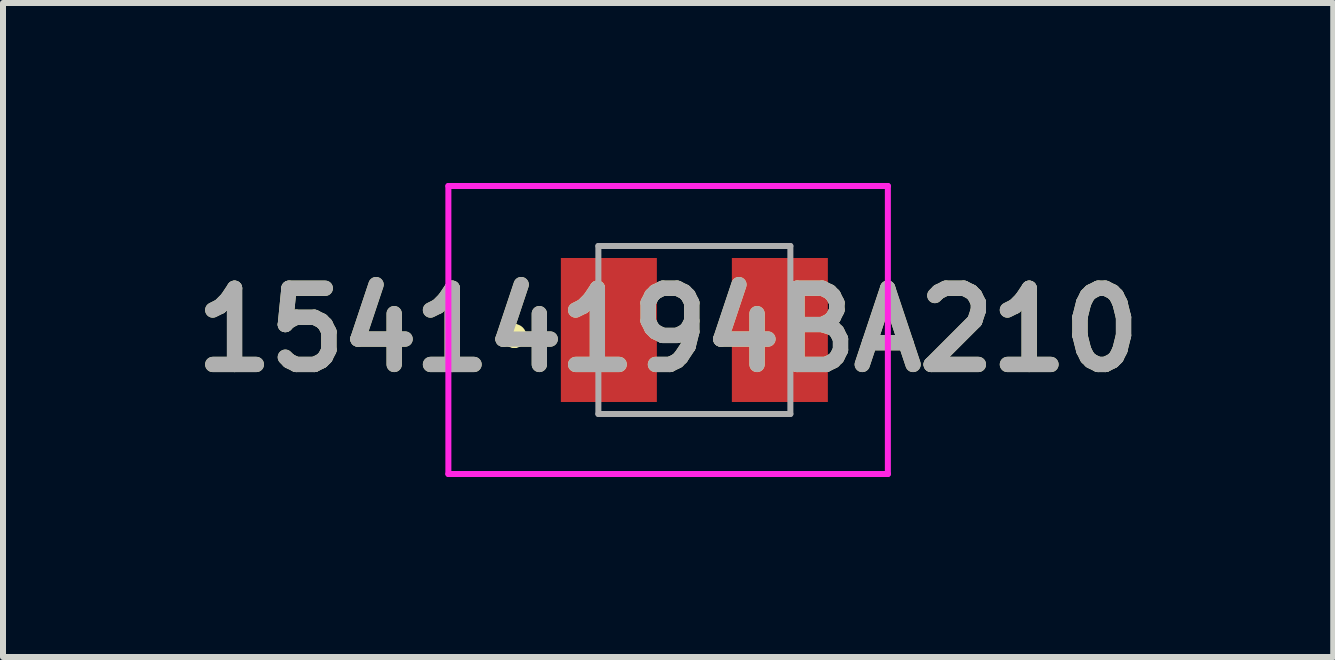
<source format=kicad_pcb>
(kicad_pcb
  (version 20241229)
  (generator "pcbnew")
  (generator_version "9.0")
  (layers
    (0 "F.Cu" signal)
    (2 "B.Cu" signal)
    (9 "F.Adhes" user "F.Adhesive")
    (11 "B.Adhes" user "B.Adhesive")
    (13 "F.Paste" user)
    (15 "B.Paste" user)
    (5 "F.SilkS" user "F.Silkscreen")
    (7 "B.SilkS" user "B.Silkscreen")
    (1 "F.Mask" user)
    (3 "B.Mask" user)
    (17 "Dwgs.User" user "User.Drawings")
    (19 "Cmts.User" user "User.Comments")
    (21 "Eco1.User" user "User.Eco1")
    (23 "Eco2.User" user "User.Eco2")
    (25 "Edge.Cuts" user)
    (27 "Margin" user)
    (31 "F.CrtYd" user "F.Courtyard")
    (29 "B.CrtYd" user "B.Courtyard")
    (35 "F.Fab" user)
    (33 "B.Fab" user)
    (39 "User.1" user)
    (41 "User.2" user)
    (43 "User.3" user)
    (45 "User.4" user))
  (footprint "15414194BA210"
    (layer "F.Cu")
    (at 8.523 2.45)
    (property "Reference" "15414194BA210" (at -0.437 0 0) (layer "F.SilkS") (effects (font (size 1.27 1.27) (thickness 0.254))))
    (attr smd)
    (fp_line (start -3 0) (end -3 0) (stroke (width 0.2) (type solid)) (layer "F.SilkS"))
    (fp_line (start -3 0.2) (end -3 0.2) (stroke (width 0.2) (type solid)) (layer "F.SilkS"))
    (fp_arc (start -3 0) (mid -2.9 0.1) (end -3 0.2) (stroke (width 0.2) (type solid)) (layer "F.SilkS"))
    (fp_arc (start -3 0.2) (mid -3.1 0.1) (end -3 0) (stroke (width 0.2) (type solid)) (layer "F.SilkS"))
    (fp_line (start -4.1 -2.4) (end 3.225 -2.4) (stroke (width 0.1) (type solid)) (layer "F.CrtYd"))
    (fp_line (start -4.1 2.4) (end -4.1 -2.4) (stroke (width 0.1) (type solid)) (layer "F.CrtYd"))
    (fp_line (start 3.225 -2.4) (end 3.225 2.4) (stroke (width 0.1) (type solid)) (layer "F.CrtYd"))
    (fp_line (start 3.225 2.4) (end -4.1 2.4) (stroke (width 0.1) (type solid)) (layer "F.CrtYd"))
    (fp_line (start -1.6 -1.4) (end 1.6 -1.4) (stroke (width 0.1) (type solid)) (layer "F.Fab"))
    (fp_line (start -1.6 1.4) (end -1.6 -1.4) (stroke (width 0.1) (type solid)) (layer "F.Fab"))
    (fp_line (start 1.6 -1.4) (end 1.6 1.4) (stroke (width 0.1) (type solid)) (layer "F.Fab"))
    (fp_line (start 1.6 1.4) (end -1.6 1.4) (stroke (width 0.1) (type solid)) (layer "F.Fab"))
    (fp_text user "${REFERENCE}" (at -0.437 0 0) (layer "F.Fab") (effects (font (size 1.27 1.27) (thickness 0.254))))
    (pad "1" smd rect (at -1.425 0) (size 1.6 2.4) (layers "F.Cu" "F.Mask" "F.Paste"))
    (pad "2" smd rect (at 1.425 0) (size 1.6 2.4) (layers "F.Cu" "F.Mask" "F.Paste")))
  (gr_rect
    (start -3 -3)
    (end 19.171 7.9)
    (stroke (width 0.1) (type default))
    (fill no)
    (layer "Edge.Cuts")))
</source>
